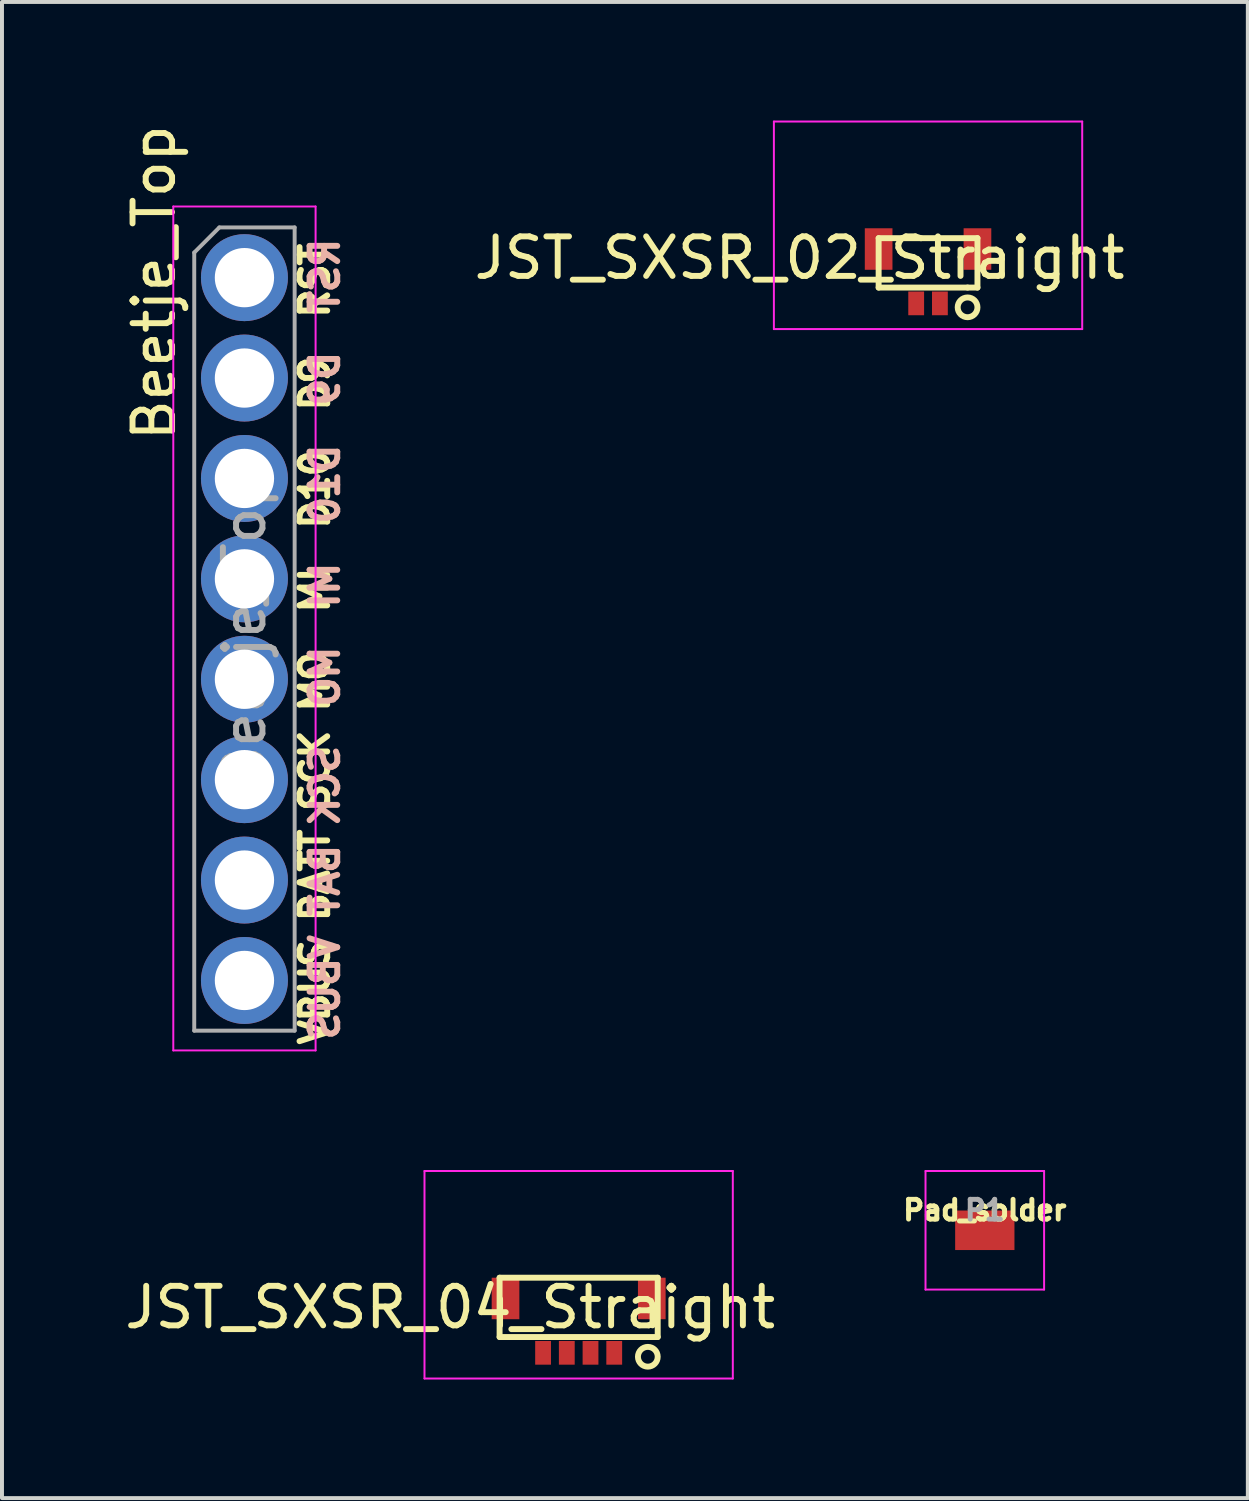
<source format=kicad_pcb>
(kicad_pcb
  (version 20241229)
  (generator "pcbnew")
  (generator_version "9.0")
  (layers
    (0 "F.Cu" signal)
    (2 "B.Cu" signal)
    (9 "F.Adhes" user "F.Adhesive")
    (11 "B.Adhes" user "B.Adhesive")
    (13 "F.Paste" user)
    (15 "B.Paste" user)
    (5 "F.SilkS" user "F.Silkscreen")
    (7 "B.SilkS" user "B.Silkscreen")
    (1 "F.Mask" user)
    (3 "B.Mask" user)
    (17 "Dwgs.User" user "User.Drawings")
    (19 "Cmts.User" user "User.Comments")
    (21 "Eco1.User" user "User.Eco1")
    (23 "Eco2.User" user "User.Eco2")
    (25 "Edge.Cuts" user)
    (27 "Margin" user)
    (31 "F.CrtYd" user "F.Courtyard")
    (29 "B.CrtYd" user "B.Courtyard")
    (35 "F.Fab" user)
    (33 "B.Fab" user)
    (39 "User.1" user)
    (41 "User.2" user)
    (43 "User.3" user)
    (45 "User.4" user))
  (footprint "Beetje_Top"
    (layer "F.Cu")
    (at 3.134 3.974)
    (property "Reference" "Beetje_Top" (at -2.286 0.127 90) (layer "F.SilkS") (effects (font (size 1 1) (thickness 0.15))))
    (attr through_hole)
    (fp_line (start -1.8 -1.8) (end -1.8 19.55) (stroke (width 0.05) (type solid)) (layer "F.CrtYd"))
    (fp_line (start -1.8 19.55) (end 1.8 19.55) (stroke (width 0.05) (type solid)) (layer "F.CrtYd"))
    (fp_line (start 1.8 -1.8) (end -1.8 -1.8) (stroke (width 0.05) (type solid)) (layer "F.CrtYd"))
    (fp_line (start 1.8 19.55) (end 1.8 -1.8) (stroke (width 0.05) (type solid)) (layer "F.CrtYd"))
    (fp_line (start -1.27 -0.635) (end -0.635 -1.27) (stroke (width 0.1) (type solid)) (layer "F.Fab"))
    (fp_line (start -1.27 19.05) (end -1.27 -0.635) (stroke (width 0.1) (type solid)) (layer "F.Fab"))
    (fp_line (start -0.635 -1.27) (end 1.27 -1.27) (stroke (width 0.1) (type solid)) (layer "F.Fab"))
    (fp_line (start 1.27 -1.27) (end 1.27 19.05) (stroke (width 0.1) (type solid)) (layer "F.Fab"))
    (fp_line (start 1.27 19.05) (end -1.27 19.05) (stroke (width 0.1) (type solid)) (layer "F.Fab"))
    (fp_text user "VBUS BATT SCK MO  MI  D10  D9  RST" (at 1.778 9.271 90) (layer "F.SilkS") (effects (font (size 0.7 0.675) (thickness 0.15))))
    (fp_text user "RST  D9  D10  MI  MO  SCK BAT VBUS" (at 2.032 9.144 90) (layer "B.SilkS") (effects (font (size 0.7 0.675) (thickness 0.15)) (justify mirror)))
    (fp_text user "${REFERENCE}" (at 0 8.89 90) (layer "F.Fab") (effects (font (size 1 1) (thickness 0.15))))
    (pad "1" thru_hole circle (at 0 0) (size 2.2 2.2) (drill 1.5) (layers "*.Cu" "*.Mask"))
    (pad "2" thru_hole circle (at 0 2.54) (size 2.2 2.2) (drill 1.5) (layers "*.Cu" "*.Mask"))
    (pad "3" thru_hole circle (at 0 5.08) (size 2.2 2.2) (drill 1.5) (layers "*.Cu" "*.Mask"))
    (pad "4" thru_hole circle (at 0 7.62) (size 2.2 2.2) (drill 1.5) (layers "*.Cu" "*.Mask"))
    (pad "5" thru_hole circle (at 0 10.16) (size 2.2 2.2) (drill 1.5) (layers "*.Cu" "*.Mask"))
    (pad "6" thru_hole circle (at 0 12.7) (size 2.2 2.2) (drill 1.5) (layers "*.Cu" "*.Mask"))
    (pad "7" thru_hole circle (at 0 15.24) (size 2.2 2.2) (drill 1.5) (layers "*.Cu" "*.Mask"))
    (pad "8" thru_hole circle (at 0 17.78) (size 2.2 2.2) (drill 1.5) (layers "*.Cu" "*.Mask")))
  (footprint "Pad_solder"
    (layer "F.Cu")
    (at 21.864 28.074)
    (property "Reference" "Pad_solder" (at 0 -0.508 0) (layer "F.SilkS") (effects (font (size 0.5 0.5) (thickness 0.125))))
    (attr through_hole)
    (fp_line (start -1.5 -1.5) (end -1.5 1.5) (stroke (width 0.05) (type solid)) (layer "F.CrtYd"))
    (fp_line (start -1.5 1.5) (end 1.5 1.5) (stroke (width 0.05) (type solid)) (layer "F.CrtYd"))
    (fp_line (start 1.5 -1.5) (end -1.5 -1.5) (stroke (width 0.05) (type solid)) (layer "F.CrtYd"))
    (fp_line (start 1.5 1.5) (end 1.5 -1.5) (stroke (width 0.05) (type solid)) (layer "F.CrtYd"))
    (fp_text user "P1" (at 0 -0.508 0) (layer "F.Fab") (effects (font (size 0.5 0.5) (thickness 0.125))))
    (pad "1" smd rect (at 0 0) (size 1.5 1) (layers "F.Cu" "F.Mask" "F.Paste")))
  (footprint "JST_SXSR_04_Straight"
    (layer "F.Cu")
    (at 11.589 29.274)
    (property "Reference" "JST_SXSR_04_Straight" (at -3.25 0.75 0) (layer "F.SilkS") (effects (font (size 1 1) (thickness 0.15))))
    (attr smd)
    (fp_line (start -2 0) (end -2 1.5) (stroke (width 0.15) (type solid)) (layer "F.SilkS"))
    (fp_line (start -2 1.5) (end 2 1.5) (stroke (width 0.15) (type solid)) (layer "F.SilkS"))
    (fp_line (start 2 0) (end -2 0) (stroke (width 0.15) (type solid)) (layer "F.SilkS"))
    (fp_line (start 2 1.5) (end 2 0) (stroke (width 0.15) (type solid)) (layer "F.SilkS"))
    (fp_circle (center 1.75 2) (end 1.75 1.75) (stroke (width 0.15) (type solid)) (fill no) (layer "F.SilkS"))
    (fp_line (start -3.9 -2.7) (end 3.9 -2.7) (stroke (width 0.05) (type solid)) (layer "F.CrtYd"))
    (fp_line (start -3.9 2.55) (end -3.9 -2.7) (stroke (width 0.05) (type solid)) (layer "F.CrtYd"))
    (fp_line (start 3.9 -2.7) (end 3.9 2.55) (stroke (width 0.05) (type solid)) (layer "F.CrtYd"))
    (fp_line (start 3.9 2.55) (end -3.9 2.55) (stroke (width 0.05) (type solid)) (layer "F.CrtYd"))
    (pad "" smd rect (at -1.85 0.525) (size 0.7 1.05) (layers "F.Cu" "F.Mask" "F.Paste"))
    (pad "" smd rect (at 1.85 0.525) (size 0.7 1.05) (layers "F.Cu" "F.Mask" "F.Paste"))
    (pad "1" smd rect (at 0.9 1.9) (size 0.4 0.6) (layers "F.Cu" "F.Mask" "F.Paste"))
    (pad "2" smd rect (at 0.3 1.9) (size 0.4 0.6) (layers "F.Cu" "F.Mask" "F.Paste"))
    (pad "3" smd rect (at -0.3 1.9) (size 0.4 0.6) (layers "F.Cu" "F.Mask" "F.Paste"))
    (pad "4" smd rect (at -0.9 1.9) (size 0.4 0.6) (layers "F.Cu" "F.Mask" "F.Paste")))
  (footprint "JST_SXSR_02_Straight"
    (layer "F.Cu")
    (at 20.428 2.725)
    (property "Reference" "JST_SXSR_02_Straight" (at -3.25 0.75 0) (layer "F.SilkS") (effects (font (size 1 1) (thickness 0.15))))
    (attr smd)
    (fp_line (start -1.25 0.25) (end -1.25 1.5) (stroke (width 0.15) (type solid)) (layer "F.SilkS"))
    (fp_line (start -1.25 1.5) (end 1 1.5) (stroke (width 0.15) (type solid)) (layer "F.SilkS"))
    (fp_line (start 1 1.5) (end 1.25 1.5) (stroke (width 0.15) (type solid)) (layer "F.SilkS"))
    (fp_line (start 1.25 0.25) (end -1.25 0.25) (stroke (width 0.15) (type solid)) (layer "F.SilkS"))
    (fp_line (start 1.25 1.5) (end 1.25 0.25) (stroke (width 0.15) (type solid)) (layer "F.SilkS"))
    (fp_circle (center 1 2) (end 1 1.75) (stroke (width 0.15) (type solid)) (fill no) (layer "F.SilkS"))
    (fp_line (start -3.9 -2.7) (end 3.9 -2.7) (stroke (width 0.05) (type solid)) (layer "F.CrtYd"))
    (fp_line (start -3.9 2.55) (end -3.9 -2.7) (stroke (width 0.05) (type solid)) (layer "F.CrtYd"))
    (fp_line (start 3.9 -2.7) (end 3.9 2.55) (stroke (width 0.05) (type solid)) (layer "F.CrtYd"))
    (fp_line (start 3.9 2.55) (end -3.9 2.55) (stroke (width 0.05) (type solid)) (layer "F.CrtYd"))
    (pad "" smd rect (at -1.25 0.525) (size 0.7 1.05) (layers "F.Cu" "F.Mask" "F.Paste"))
    (pad "" smd rect (at 1.25 0.525) (size 0.7 1.05) (layers "F.Cu" "F.Mask" "F.Paste"))
    (pad "1" smd rect (at 0.3 1.9) (size 0.4 0.6) (layers "F.Cu" "F.Mask" "F.Paste"))
    (pad "2" smd rect (at -0.3 1.9) (size 0.4 0.6) (layers "F.Cu" "F.Mask" "F.Paste")))
  (gr_rect
    (start -3 -3)
    (end 28.518 34.849)
    (stroke (width 0.1) (type default))
    (fill no)
    (layer "Edge.Cuts")))
</source>
